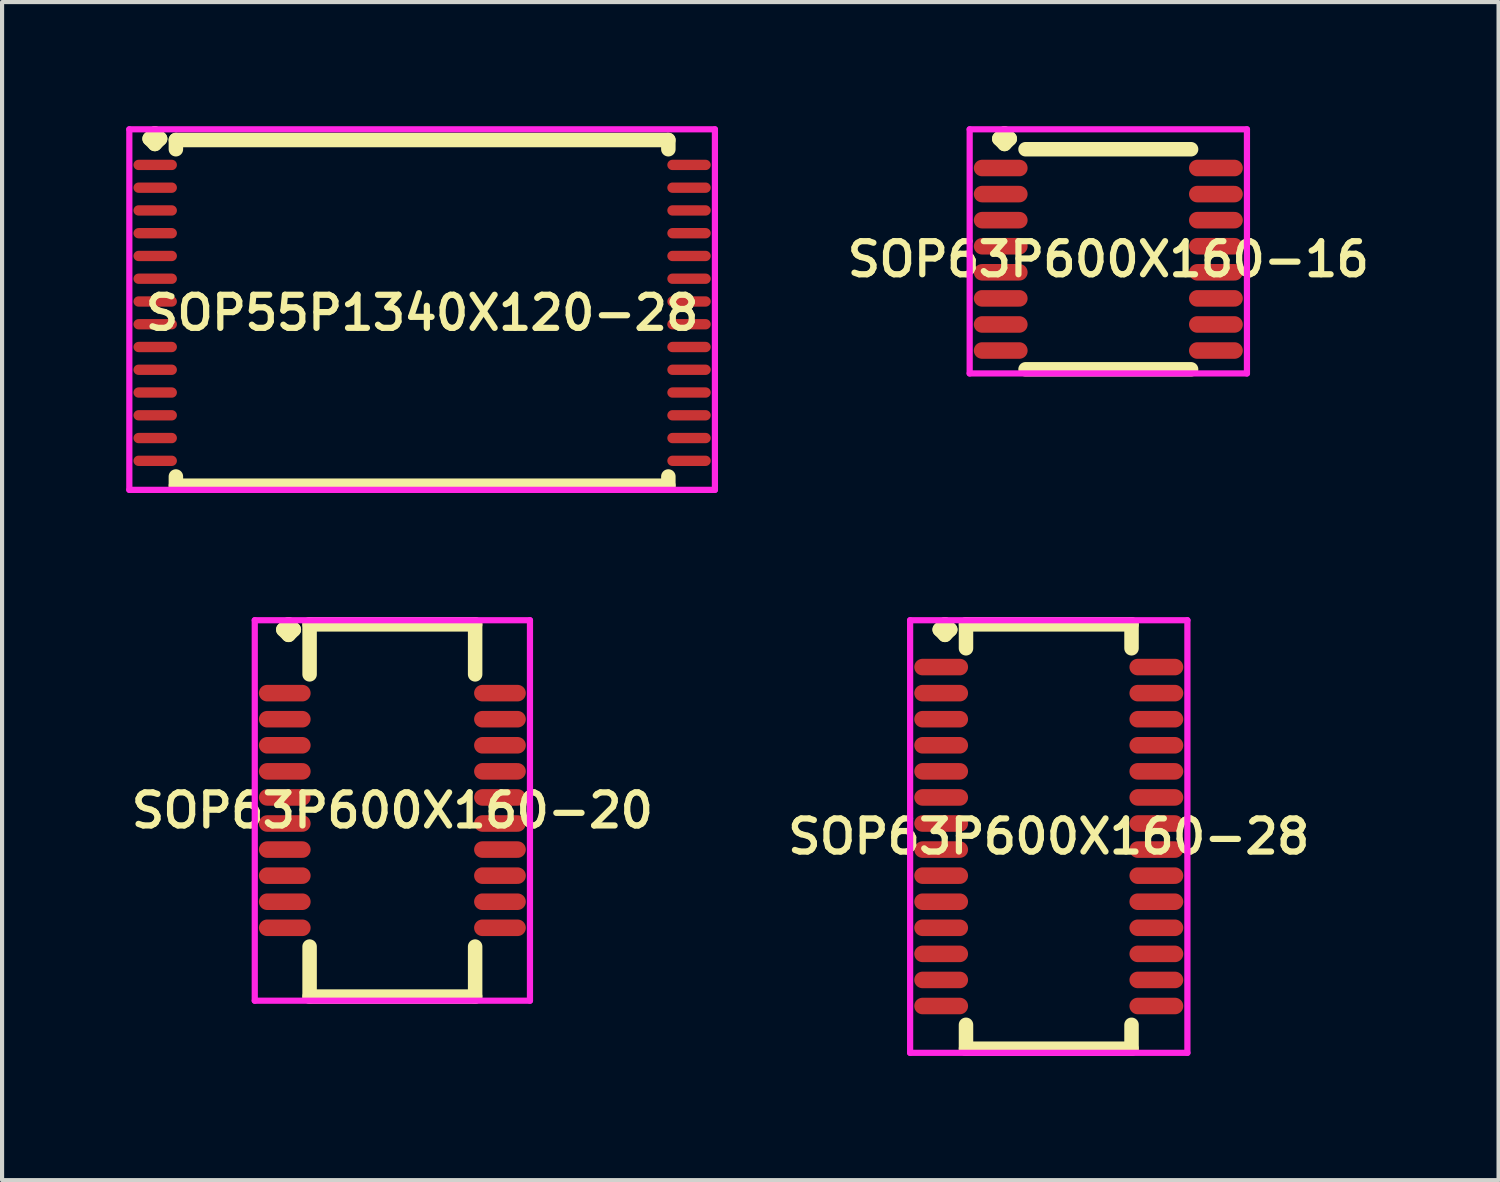
<source format=kicad_pcb>
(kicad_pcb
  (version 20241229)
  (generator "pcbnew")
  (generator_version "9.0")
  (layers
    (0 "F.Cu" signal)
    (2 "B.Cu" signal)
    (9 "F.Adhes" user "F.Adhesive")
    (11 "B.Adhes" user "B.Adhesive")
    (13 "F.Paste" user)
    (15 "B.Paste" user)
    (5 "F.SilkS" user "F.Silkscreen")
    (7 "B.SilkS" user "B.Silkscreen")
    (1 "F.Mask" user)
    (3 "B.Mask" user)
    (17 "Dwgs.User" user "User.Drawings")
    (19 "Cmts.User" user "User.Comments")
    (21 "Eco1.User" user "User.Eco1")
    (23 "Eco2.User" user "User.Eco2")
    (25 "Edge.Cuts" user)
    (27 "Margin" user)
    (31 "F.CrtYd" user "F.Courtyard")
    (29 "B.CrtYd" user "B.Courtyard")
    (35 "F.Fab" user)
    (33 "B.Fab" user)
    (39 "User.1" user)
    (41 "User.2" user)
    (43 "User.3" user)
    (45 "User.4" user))
  (footprint "SOP55P1340X120-28"
    (layer "F.Cu")
    (at 7.15 4.51)
    (property "Reference" "SOP55P1340X120-28" (at 0 0 0) (layer "F.SilkS") (effects (font (size 0.8 0.8) (thickness 0.15))))
    (attr smd)
    (fp_line (start -6.585 -4.208) (end -6.458 -4.335) (stroke (width 0.35) (type solid)) (layer "F.SilkS"))
    (fp_line (start -6.458 -4.335) (end -6.331 -4.208) (stroke (width 0.35) (type solid)) (layer "F.SilkS"))
    (fp_line (start -6.458 -4.081) (end -6.585 -4.208) (stroke (width 0.35) (type solid)) (layer "F.SilkS"))
    (fp_line (start -6.331 -4.208) (end -6.458 -4.081) (stroke (width 0.35) (type solid)) (layer "F.SilkS"))
    (fp_line (start -5.95 -4.177) (end 5.95 -4.177) (stroke (width 0.35) (type solid)) (layer "F.SilkS"))
    (fp_line (start -5.95 -3.954) (end -5.95 -4.177) (stroke (width 0.35) (type solid)) (layer "F.SilkS"))
    (fp_line (start -5.95 3.954) (end -5.95 4.177) (stroke (width 0.35) (type solid)) (layer "F.SilkS"))
    (fp_line (start -5.95 4.177) (end 5.95 4.177) (stroke (width 0.35) (type solid)) (layer "F.SilkS"))
    (fp_line (start 5.95 -4.177) (end 5.95 -3.954) (stroke (width 0.35) (type solid)) (layer "F.SilkS"))
    (fp_line (start 5.95 4.177) (end 5.95 3.954) (stroke (width 0.35) (type solid)) (layer "F.SilkS"))
    (fp_line (start -7.075 -4.435) (end 7.075 -4.435) (stroke (width 0.15) (type solid)) (layer "F.CrtYd"))
    (fp_line (start -7.075 4.277) (end -7.075 -4.435) (stroke (width 0.15) (type solid)) (layer "F.CrtYd"))
    (fp_line (start 7.075 -4.435) (end 7.075 4.277) (stroke (width 0.15) (type solid)) (layer "F.CrtYd"))
    (fp_line (start 7.075 4.277) (end -7.075 4.277) (stroke (width 0.15) (type solid)) (layer "F.CrtYd"))
    (pad "1" smd oval (at -6.45 -3.575) (size 1.05 0.25) (layers "F.Cu" "F.Mask" "F.Paste"))
    (pad "2" smd oval (at -6.45 -3.025) (size 1.05 0.25) (layers "F.Cu" "F.Mask" "F.Paste"))
    (pad "3" smd oval (at -6.45 -2.475) (size 1.05 0.25) (layers "F.Cu" "F.Mask" "F.Paste"))
    (pad "4" smd oval (at -6.45 -1.925) (size 1.05 0.25) (layers "F.Cu" "F.Mask" "F.Paste"))
    (pad "5" smd oval (at -6.45 -1.375) (size 1.05 0.25) (layers "F.Cu" "F.Mask" "F.Paste"))
    (pad "6" smd oval (at -6.45 -0.825) (size 1.05 0.25) (layers "F.Cu" "F.Mask" "F.Paste"))
    (pad "7" smd oval (at -6.45 -0.275) (size 1.05 0.25) (layers "F.Cu" "F.Mask" "F.Paste"))
    (pad "8" smd oval (at -6.45 0.275) (size 1.05 0.25) (layers "F.Cu" "F.Mask" "F.Paste"))
    (pad "9" smd oval (at -6.45 0.825) (size 1.05 0.25) (layers "F.Cu" "F.Mask" "F.Paste"))
    (pad "10" smd oval (at -6.45 1.375) (size 1.05 0.25) (layers "F.Cu" "F.Mask" "F.Paste"))
    (pad "11" smd oval (at -6.45 1.925) (size 1.05 0.25) (layers "F.Cu" "F.Mask" "F.Paste"))
    (pad "12" smd oval (at -6.45 2.475) (size 1.05 0.25) (layers "F.Cu" "F.Mask" "F.Paste"))
    (pad "13" smd oval (at -6.45 3.025) (size 1.05 0.25) (layers "F.Cu" "F.Mask" "F.Paste"))
    (pad "14" smd oval (at -6.45 3.575) (size 1.05 0.25) (layers "F.Cu" "F.Mask" "F.Paste"))
    (pad "15" smd oval (at 6.45 3.575) (size 1.05 0.25) (layers "F.Cu" "F.Mask" "F.Paste"))
    (pad "16" smd oval (at 6.45 3.025) (size 1.05 0.25) (layers "F.Cu" "F.Mask" "F.Paste"))
    (pad "17" smd oval (at 6.45 2.475) (size 1.05 0.25) (layers "F.Cu" "F.Mask" "F.Paste"))
    (pad "18" smd oval (at 6.45 1.925) (size 1.05 0.25) (layers "F.Cu" "F.Mask" "F.Paste"))
    (pad "19" smd oval (at 6.45 1.375) (size 1.05 0.25) (layers "F.Cu" "F.Mask" "F.Paste"))
    (pad "20" smd oval (at 6.45 0.825) (size 1.05 0.25) (layers "F.Cu" "F.Mask" "F.Paste"))
    (pad "21" smd oval (at 6.45 0.275) (size 1.05 0.25) (layers "F.Cu" "F.Mask" "F.Paste"))
    (pad "22" smd oval (at 6.45 -0.275) (size 1.05 0.25) (layers "F.Cu" "F.Mask" "F.Paste"))
    (pad "23" smd oval (at 6.45 -0.825) (size 1.05 0.25) (layers "F.Cu" "F.Mask" "F.Paste"))
    (pad "24" smd oval (at 6.45 -1.375) (size 1.05 0.25) (layers "F.Cu" "F.Mask" "F.Paste"))
    (pad "25" smd oval (at 6.45 -1.925) (size 1.05 0.25) (layers "F.Cu" "F.Mask" "F.Paste"))
    (pad "26" smd oval (at 6.45 -2.475) (size 1.05 0.25) (layers "F.Cu" "F.Mask" "F.Paste"))
    (pad "27" smd oval (at 6.45 -3.025) (size 1.05 0.25) (layers "F.Cu" "F.Mask" "F.Paste"))
    (pad "28" smd oval (at 6.45 -3.575) (size 1.05 0.25) (layers "F.Cu" "F.Mask" "F.Paste")))
  (footprint "SOP63P600X160-16"
    (layer "F.Cu")
    (at 23.731 3.215)
    (property "Reference" "SOP63P600X160-16" (at 0 0 0) (layer "F.SilkS") (effects (font (size 0.8 0.8) (thickness 0.15))))
    (attr smd)
    (fp_line (start -2.635 -2.913) (end -2.508 -3.04) (stroke (width 0.35) (type solid)) (layer "F.SilkS"))
    (fp_line (start -2.508 -3.04) (end -2.381 -2.913) (stroke (width 0.35) (type solid)) (layer "F.SilkS"))
    (fp_line (start -2.508 -2.786) (end -2.635 -2.913) (stroke (width 0.35) (type solid)) (layer "F.SilkS"))
    (fp_line (start -2.381 -2.913) (end -2.508 -2.786) (stroke (width 0.35) (type solid)) (layer "F.SilkS"))
    (fp_line (start -2 -2.659) (end 2 -2.659) (stroke (width 0.35) (type solid)) (layer "F.SilkS"))
    (fp_line (start -2 2.659) (end 2 2.659) (stroke (width 0.35) (type solid)) (layer "F.SilkS"))
    (fp_line (start -3.35 -3.14) (end 3.35 -3.14) (stroke (width 0.15) (type solid)) (layer "F.CrtYd"))
    (fp_line (start -3.35 2.759) (end -3.35 -3.14) (stroke (width 0.15) (type solid)) (layer "F.CrtYd"))
    (fp_line (start 3.35 -3.14) (end 3.35 2.759) (stroke (width 0.15) (type solid)) (layer "F.CrtYd"))
    (fp_line (start 3.35 2.759) (end -3.35 2.759) (stroke (width 0.15) (type solid)) (layer "F.CrtYd"))
    (pad "1" smd oval (at -2.6 -2.205) (size 1.3 0.4) (layers "F.Cu" "F.Mask" "F.Paste"))
    (pad "2" smd oval (at -2.6 -1.575) (size 1.3 0.4) (layers "F.Cu" "F.Mask" "F.Paste"))
    (pad "3" smd oval (at -2.6 -0.945) (size 1.3 0.4) (layers "F.Cu" "F.Mask" "F.Paste"))
    (pad "4" smd oval (at -2.6 -0.315) (size 1.3 0.4) (layers "F.Cu" "F.Mask" "F.Paste"))
    (pad "5" smd oval (at -2.6 0.315) (size 1.3 0.4) (layers "F.Cu" "F.Mask" "F.Paste"))
    (pad "6" smd oval (at -2.6 0.945) (size 1.3 0.4) (layers "F.Cu" "F.Mask" "F.Paste"))
    (pad "7" smd oval (at -2.6 1.575) (size 1.3 0.4) (layers "F.Cu" "F.Mask" "F.Paste"))
    (pad "8" smd oval (at -2.6 2.205) (size 1.3 0.4) (layers "F.Cu" "F.Mask" "F.Paste"))
    (pad "9" smd oval (at 2.6 2.205) (size 1.3 0.4) (layers "F.Cu" "F.Mask" "F.Paste"))
    (pad "10" smd oval (at 2.6 1.575) (size 1.3 0.4) (layers "F.Cu" "F.Mask" "F.Paste"))
    (pad "11" smd oval (at 2.6 0.945) (size 1.3 0.4) (layers "F.Cu" "F.Mask" "F.Paste"))
    (pad "12" smd oval (at 2.6 0.315) (size 1.3 0.4) (layers "F.Cu" "F.Mask" "F.Paste"))
    (pad "13" smd oval (at 2.6 -0.315) (size 1.3 0.4) (layers "F.Cu" "F.Mask" "F.Paste"))
    (pad "14" smd oval (at 2.6 -0.945) (size 1.3 0.4) (layers "F.Cu" "F.Mask" "F.Paste"))
    (pad "15" smd oval (at 2.6 -1.575) (size 1.3 0.4) (layers "F.Cu" "F.Mask" "F.Paste"))
    (pad "16" smd oval (at 2.6 -2.205) (size 1.3 0.4) (layers "F.Cu" "F.Mask" "F.Paste")))
  (footprint "SOP63P600X160-28"
    (layer "F.Cu")
    (at 22.292 17.164)
    (property "Reference" "SOP63P600X160-28" (at 0 0 0) (layer "F.SilkS") (effects (font (size 0.8 0.8) (thickness 0.15))))
    (attr through_hole)
    (fp_line (start -2.635 -5) (end -2.508 -5.127) (stroke (width 0.35) (type solid)) (layer "F.SilkS"))
    (fp_line (start -2.508 -5.127) (end -2.381 -5) (stroke (width 0.35) (type solid)) (layer "F.SilkS"))
    (fp_line (start -2.508 -4.873) (end -2.635 -5) (stroke (width 0.35) (type solid)) (layer "F.SilkS"))
    (fp_line (start -2.381 -5) (end -2.508 -4.873) (stroke (width 0.35) (type solid)) (layer "F.SilkS"))
    (fp_line (start -2 -5.127) (end 2 -5.127) (stroke (width 0.35) (type solid)) (layer "F.SilkS"))
    (fp_line (start -2 -4.549) (end -2 -5.127) (stroke (width 0.35) (type solid)) (layer "F.SilkS"))
    (fp_line (start -2 4.549) (end -2 5.127) (stroke (width 0.35) (type solid)) (layer "F.SilkS"))
    (fp_line (start -2 5.127) (end 2 5.127) (stroke (width 0.35) (type solid)) (layer "F.SilkS"))
    (fp_line (start 2 -5.127) (end 2 -4.549) (stroke (width 0.35) (type solid)) (layer "F.SilkS"))
    (fp_line (start 2 5.127) (end 2 4.549) (stroke (width 0.35) (type solid)) (layer "F.SilkS"))
    (fp_line (start -3.35 -5.227) (end 3.35 -5.227) (stroke (width 0.15) (type solid)) (layer "F.CrtYd"))
    (fp_line (start -3.35 5.227) (end -3.35 -5.227) (stroke (width 0.15) (type solid)) (layer "F.CrtYd"))
    (fp_line (start 3.35 -5.227) (end 3.35 5.227) (stroke (width 0.15) (type solid)) (layer "F.CrtYd"))
    (fp_line (start 3.35 5.227) (end -3.35 5.227) (stroke (width 0.15) (type solid)) (layer "F.CrtYd"))
    (pad "1" smd oval (at -2.6 -4.095) (size 1.3 0.4) (layers "F.Cu" "F.Mask" "F.Paste"))
    (pad "2" smd oval (at -2.6 -3.465) (size 1.3 0.4) (layers "F.Cu" "F.Mask" "F.Paste"))
    (pad "3" smd oval (at -2.6 -2.835) (size 1.3 0.4) (layers "F.Cu" "F.Mask" "F.Paste"))
    (pad "4" smd oval (at -2.6 -2.205) (size 1.3 0.4) (layers "F.Cu" "F.Mask" "F.Paste"))
    (pad "5" smd oval (at -2.6 -1.575) (size 1.3 0.4) (layers "F.Cu" "F.Mask" "F.Paste"))
    (pad "6" smd oval (at -2.6 -0.945) (size 1.3 0.4) (layers "F.Cu" "F.Mask" "F.Paste"))
    (pad "7" smd oval (at -2.6 -0.315) (size 1.3 0.4) (layers "F.Cu" "F.Mask" "F.Paste"))
    (pad "8" smd oval (at -2.6 0.315) (size 1.3 0.4) (layers "F.Cu" "F.Mask" "F.Paste"))
    (pad "9" smd oval (at -2.6 0.945) (size 1.3 0.4) (layers "F.Cu" "F.Mask" "F.Paste"))
    (pad "10" smd oval (at -2.6 1.575) (size 1.3 0.4) (layers "F.Cu" "F.Mask" "F.Paste"))
    (pad "11" smd oval (at -2.6 2.205) (size 1.3 0.4) (layers "F.Cu" "F.Mask" "F.Paste"))
    (pad "12" smd oval (at -2.6 2.835) (size 1.3 0.4) (layers "F.Cu" "F.Mask" "F.Paste"))
    (pad "13" smd oval (at -2.6 3.465) (size 1.3 0.4) (layers "F.Cu" "F.Mask" "F.Paste"))
    (pad "14" smd oval (at -2.6 4.095) (size 1.3 0.4) (layers "F.Cu" "F.Mask" "F.Paste"))
    (pad "15" smd oval (at 2.6 4.095) (size 1.3 0.4) (layers "F.Cu" "F.Mask" "F.Paste"))
    (pad "16" smd oval (at 2.6 3.465) (size 1.3 0.4) (layers "F.Cu" "F.Mask" "F.Paste"))
    (pad "17" smd oval (at 2.6 2.835) (size 1.3 0.4) (layers "F.Cu" "F.Mask" "F.Paste"))
    (pad "18" smd oval (at 2.6 2.205) (size 1.3 0.4) (layers "F.Cu" "F.Mask" "F.Paste"))
    (pad "19" smd oval (at 2.6 1.575) (size 1.3 0.4) (layers "F.Cu" "F.Mask" "F.Paste"))
    (pad "20" smd oval (at 2.6 0.945) (size 1.3 0.4) (layers "F.Cu" "F.Mask" "F.Paste"))
    (pad "21" smd oval (at 2.6 0.315) (size 1.3 0.4) (layers "F.Cu" "F.Mask" "F.Paste"))
    (pad "22" smd oval (at 2.6 -0.315) (size 1.3 0.4) (layers "F.Cu" "F.Mask" "F.Paste"))
    (pad "23" smd oval (at 2.6 -0.945) (size 1.3 0.4) (layers "F.Cu" "F.Mask" "F.Paste"))
    (pad "24" smd oval (at 2.6 -1.575) (size 1.3 0.4) (layers "F.Cu" "F.Mask" "F.Paste"))
    (pad "25" smd oval (at 2.6 -2.205) (size 1.3 0.4) (layers "F.Cu" "F.Mask" "F.Paste"))
    (pad "26" smd oval (at 2.6 -2.835) (size 1.3 0.4) (layers "F.Cu" "F.Mask" "F.Paste"))
    (pad "27" smd oval (at 2.6 -3.465) (size 1.3 0.4) (layers "F.Cu" "F.Mask" "F.Paste"))
    (pad "28" smd oval (at 2.6 -4.095) (size 1.3 0.4) (layers "F.Cu" "F.Mask" "F.Paste")))
  (footprint "SOP63P600X160-20"
    (layer "F.Cu")
    (at 6.431 16.534)
    (property "Reference" "SOP63P600X160-20" (at 0 0 0) (layer "F.SilkS") (effects (font (size 0.8 0.8) (thickness 0.15))))
    (attr smd)
    (fp_line (start -2.635 -4.37) (end -2.508 -4.497) (stroke (width 0.35) (type solid)) (layer "F.SilkS"))
    (fp_line (start -2.508 -4.497) (end -2.381 -4.37) (stroke (width 0.35) (type solid)) (layer "F.SilkS"))
    (fp_line (start -2.508 -4.243) (end -2.635 -4.37) (stroke (width 0.35) (type solid)) (layer "F.SilkS"))
    (fp_line (start -2.381 -4.37) (end -2.508 -4.243) (stroke (width 0.35) (type solid)) (layer "F.SilkS"))
    (fp_line (start -2 -4.497) (end 2 -4.497) (stroke (width 0.35) (type solid)) (layer "F.SilkS"))
    (fp_line (start -2 -3.289) (end -2 -4.497) (stroke (width 0.35) (type solid)) (layer "F.SilkS"))
    (fp_line (start -2 3.289) (end -2 4.497) (stroke (width 0.35) (type solid)) (layer "F.SilkS"))
    (fp_line (start -2 4.497) (end 2 4.497) (stroke (width 0.35) (type solid)) (layer "F.SilkS"))
    (fp_line (start 2 -4.497) (end 2 -3.289) (stroke (width 0.35) (type solid)) (layer "F.SilkS"))
    (fp_line (start 2 4.497) (end 2 3.289) (stroke (width 0.35) (type solid)) (layer "F.SilkS"))
    (fp_line (start -3.325 -4.597) (end 3.325 -4.597) (stroke (width 0.15) (type solid)) (layer "F.CrtYd"))
    (fp_line (start -3.325 4.597) (end -3.325 -4.597) (stroke (width 0.15) (type solid)) (layer "F.CrtYd"))
    (fp_line (start 3.325 -4.597) (end 3.325 4.597) (stroke (width 0.15) (type solid)) (layer "F.CrtYd"))
    (fp_line (start 3.325 4.597) (end -3.325 4.597) (stroke (width 0.15) (type solid)) (layer "F.CrtYd"))
    (pad "1" smd oval (at -2.6 -2.835) (size 1.25 0.4) (layers "F.Cu" "F.Mask" "F.Paste"))
    (pad "2" smd oval (at -2.6 -2.205) (size 1.25 0.4) (layers "F.Cu" "F.Mask" "F.Paste"))
    (pad "3" smd oval (at -2.6 -1.575) (size 1.25 0.4) (layers "F.Cu" "F.Mask" "F.Paste"))
    (pad "4" smd oval (at -2.6 -0.945) (size 1.25 0.4) (layers "F.Cu" "F.Mask" "F.Paste"))
    (pad "5" smd oval (at -2.6 -0.315) (size 1.25 0.4) (layers "F.Cu" "F.Mask" "F.Paste"))
    (pad "6" smd oval (at -2.6 0.315) (size 1.25 0.4) (layers "F.Cu" "F.Mask" "F.Paste"))
    (pad "7" smd oval (at -2.6 0.945) (size 1.25 0.4) (layers "F.Cu" "F.Mask" "F.Paste"))
    (pad "8" smd oval (at -2.6 1.575) (size 1.25 0.4) (layers "F.Cu" "F.Mask" "F.Paste"))
    (pad "9" smd oval (at -2.6 2.205) (size 1.25 0.4) (layers "F.Cu" "F.Mask" "F.Paste"))
    (pad "10" smd oval (at -2.6 2.835) (size 1.25 0.4) (layers "F.Cu" "F.Mask" "F.Paste"))
    (pad "11" smd oval (at 2.6 2.835) (size 1.25 0.4) (layers "F.Cu" "F.Mask" "F.Paste"))
    (pad "12" smd oval (at 2.6 2.205) (size 1.25 0.4) (layers "F.Cu" "F.Mask" "F.Paste"))
    (pad "13" smd oval (at 2.6 1.575) (size 1.25 0.4) (layers "F.Cu" "F.Mask" "F.Paste"))
    (pad "14" smd oval (at 2.6 0.945) (size 1.25 0.4) (layers "F.Cu" "F.Mask" "F.Paste"))
    (pad "15" smd oval (at 2.6 0.315) (size 1.25 0.4) (layers "F.Cu" "F.Mask" "F.Paste"))
    (pad "16" smd oval (at 2.6 -0.315) (size 1.25 0.4) (layers "F.Cu" "F.Mask" "F.Paste"))
    (pad "17" smd oval (at 2.6 -0.945) (size 1.25 0.4) (layers "F.Cu" "F.Mask" "F.Paste"))
    (pad "18" smd oval (at 2.6 -1.575) (size 1.25 0.4) (layers "F.Cu" "F.Mask" "F.Paste"))
    (pad "19" smd oval (at 2.6 -2.205) (size 1.25 0.4) (layers "F.Cu" "F.Mask" "F.Paste"))
    (pad "20" smd oval (at 2.6 -2.835) (size 1.25 0.4) (layers "F.Cu" "F.Mask" "F.Paste")))
  (gr_rect
    (start -3 -3)
    (end 33.161 25.466)
    (stroke (width 0.1) (type default))
    (fill no)
    (layer "Edge.Cuts")))
</source>
